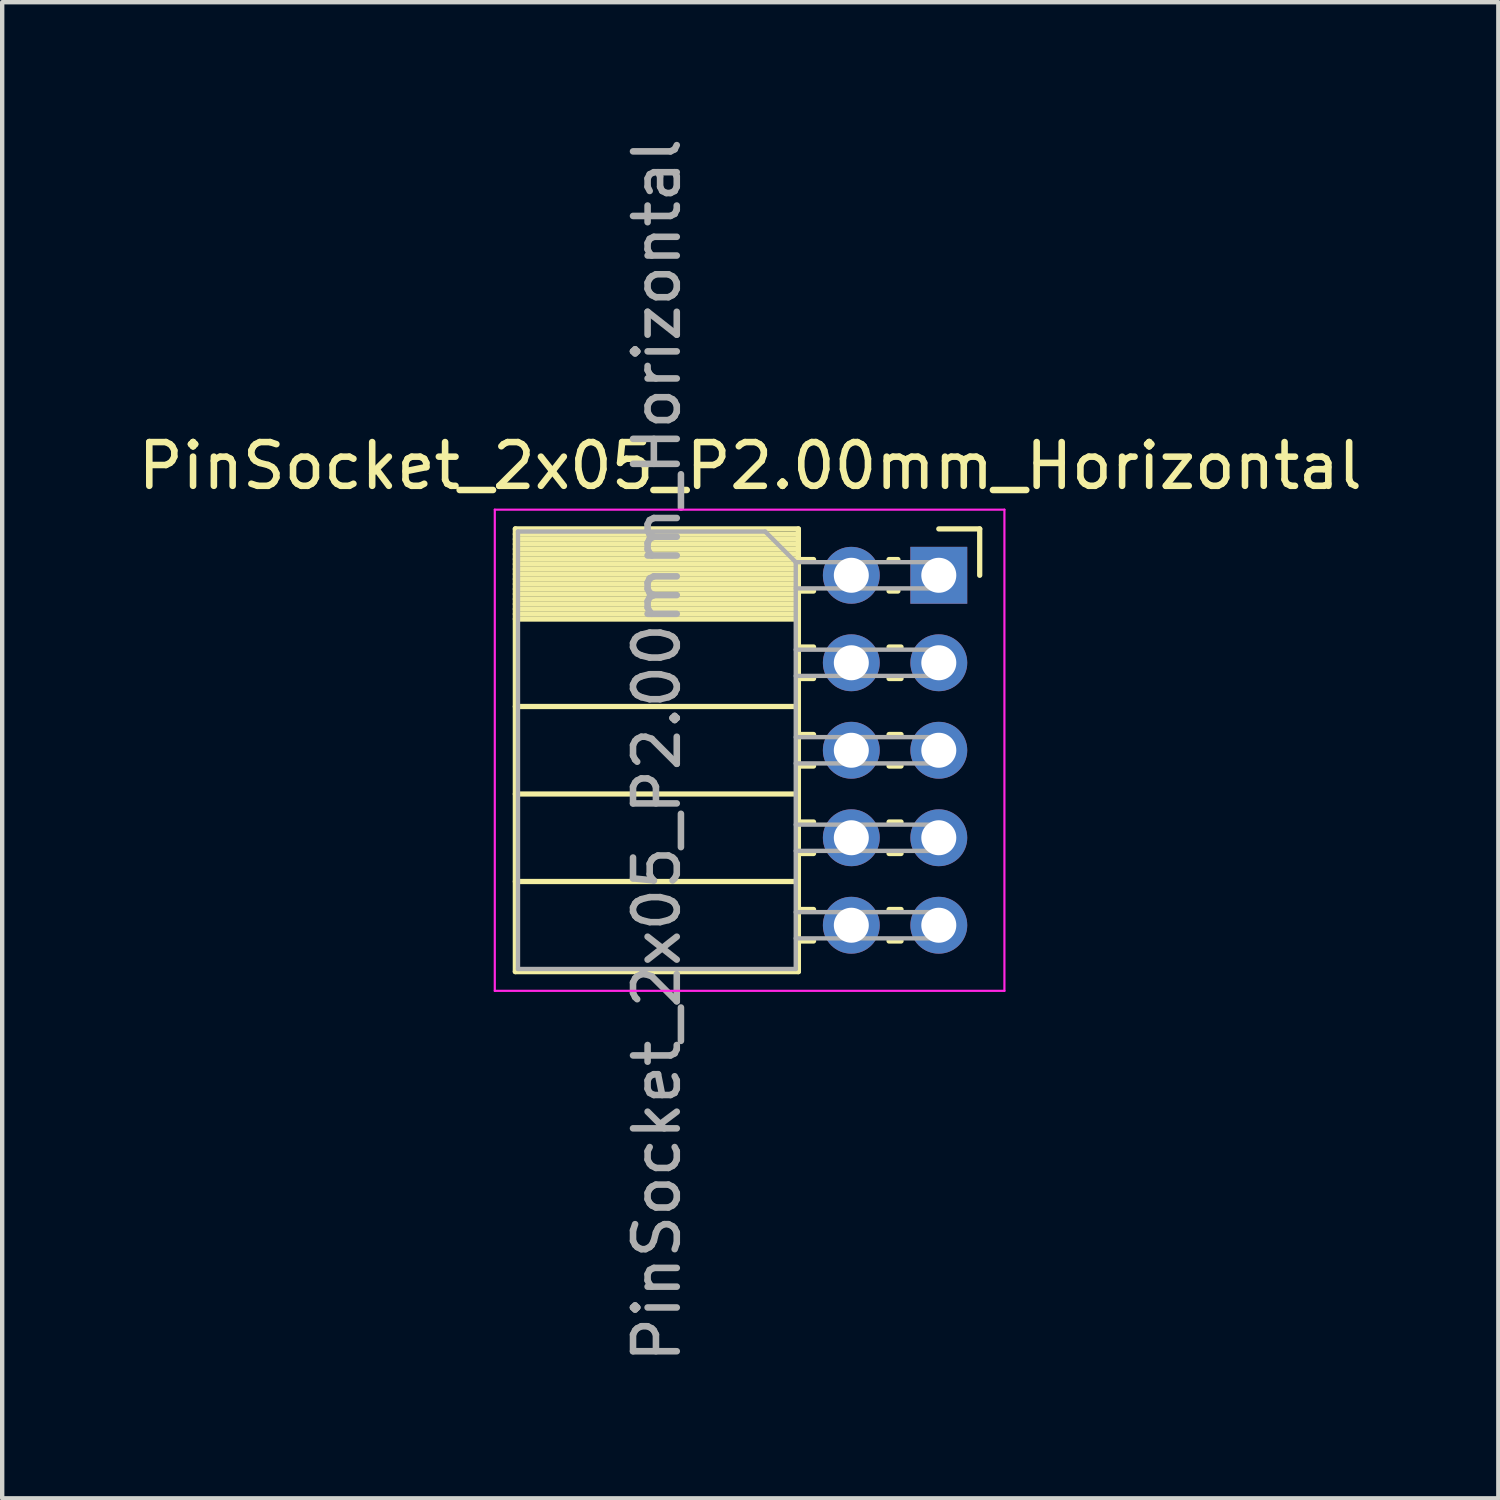
<source format=kicad_pcb>
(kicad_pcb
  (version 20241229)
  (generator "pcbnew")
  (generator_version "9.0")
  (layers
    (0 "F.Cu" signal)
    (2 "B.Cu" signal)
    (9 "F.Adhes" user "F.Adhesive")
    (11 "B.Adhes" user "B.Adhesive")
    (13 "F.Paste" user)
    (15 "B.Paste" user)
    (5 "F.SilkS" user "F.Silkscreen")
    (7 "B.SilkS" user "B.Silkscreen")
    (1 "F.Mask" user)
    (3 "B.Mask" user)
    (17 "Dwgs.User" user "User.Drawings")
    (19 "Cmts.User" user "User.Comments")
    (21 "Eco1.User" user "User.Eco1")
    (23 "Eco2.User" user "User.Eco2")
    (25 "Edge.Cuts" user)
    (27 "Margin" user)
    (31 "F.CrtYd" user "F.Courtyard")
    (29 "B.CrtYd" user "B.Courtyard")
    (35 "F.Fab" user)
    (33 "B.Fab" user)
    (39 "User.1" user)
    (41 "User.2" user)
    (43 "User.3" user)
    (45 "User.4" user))
  (footprint "PinSocket_2x05_P2.00mm_Horizontal"
    (layer "F.Cu")
    (at 18.411 10.101)
    (property "Reference" "PinSocket_2x05_P2.00mm_Horizontal" (at -4.31 -2.5 0) (layer "F.SilkS") (effects (font (size 1 1) (thickness 0.15))))
    (attr through_hole)
    (fp_line (start -9.68 -1.06) (end -9.68 9.06) (stroke (width 0.12) (type solid)) (layer "F.SilkS"))
    (fp_line (start -9.68 -1.06) (end -3.21 -1.06) (stroke (width 0.12) (type solid)) (layer "F.SilkS"))
    (fp_line (start -9.68 -0.94) (end -3.21 -0.94) (stroke (width 0.12) (type solid)) (layer "F.SilkS"))
    (fp_line (start -9.68 -0.826) (end -3.21 -0.826) (stroke (width 0.12) (type solid)) (layer "F.SilkS"))
    (fp_line (start -9.68 -0.712) (end -3.21 -0.712) (stroke (width 0.12) (type solid)) (layer "F.SilkS"))
    (fp_line (start -9.68 -0.598) (end -3.21 -0.598) (stroke (width 0.12) (type solid)) (layer "F.SilkS"))
    (fp_line (start -9.68 -0.484) (end -3.21 -0.484) (stroke (width 0.12) (type solid)) (layer "F.SilkS"))
    (fp_line (start -9.68 -0.369) (end -3.21 -0.369) (stroke (width 0.12) (type solid)) (layer "F.SilkS"))
    (fp_line (start -9.68 -0.255) (end -3.21 -0.255) (stroke (width 0.12) (type solid)) (layer "F.SilkS"))
    (fp_line (start -9.68 -0.141) (end -3.21 -0.141) (stroke (width 0.12) (type solid)) (layer "F.SilkS"))
    (fp_line (start -9.68 -0.027) (end -3.21 -0.027) (stroke (width 0.12) (type solid)) (layer "F.SilkS"))
    (fp_line (start -9.68 0.087) (end -3.21 0.087) (stroke (width 0.12) (type solid)) (layer "F.SilkS"))
    (fp_line (start -9.68 0.201) (end -3.21 0.201) (stroke (width 0.12) (type solid)) (layer "F.SilkS"))
    (fp_line (start -9.68 0.315) (end -3.21 0.315) (stroke (width 0.12) (type solid)) (layer "F.SilkS"))
    (fp_line (start -9.68 0.429) (end -3.21 0.429) (stroke (width 0.12) (type solid)) (layer "F.SilkS"))
    (fp_line (start -9.68 0.544) (end -3.21 0.544) (stroke (width 0.12) (type solid)) (layer "F.SilkS"))
    (fp_line (start -9.68 0.658) (end -3.21 0.658) (stroke (width 0.12) (type solid)) (layer "F.SilkS"))
    (fp_line (start -9.68 0.772) (end -3.21 0.772) (stroke (width 0.12) (type solid)) (layer "F.SilkS"))
    (fp_line (start -9.68 0.886) (end -3.21 0.886) (stroke (width 0.12) (type solid)) (layer "F.SilkS"))
    (fp_line (start -9.68 1) (end -3.21 1) (stroke (width 0.12) (type solid)) (layer "F.SilkS"))
    (fp_line (start -9.68 3) (end -3.21 3) (stroke (width 0.12) (type solid)) (layer "F.SilkS"))
    (fp_line (start -9.68 5) (end -3.21 5) (stroke (width 0.12) (type solid)) (layer "F.SilkS"))
    (fp_line (start -9.68 7) (end -3.21 7) (stroke (width 0.12) (type solid)) (layer "F.SilkS"))
    (fp_line (start -9.68 9.06) (end -3.21 9.06) (stroke (width 0.12) (type solid)) (layer "F.SilkS"))
    (fp_line (start -3.21 -1.06) (end -3.21 9.06) (stroke (width 0.12) (type solid)) (layer "F.SilkS"))
    (fp_line (start -3.21 -0.36) (end -2.863 -0.36) (stroke (width 0.12) (type solid)) (layer "F.SilkS"))
    (fp_line (start -3.21 0.36) (end -2.863 0.36) (stroke (width 0.12) (type solid)) (layer "F.SilkS"))
    (fp_line (start -3.21 1.64) (end -2.863 1.64) (stroke (width 0.12) (type solid)) (layer "F.SilkS"))
    (fp_line (start -3.21 2.36) (end -2.863 2.36) (stroke (width 0.12) (type solid)) (layer "F.SilkS"))
    (fp_line (start -3.21 3.64) (end -2.863 3.64) (stroke (width 0.12) (type solid)) (layer "F.SilkS"))
    (fp_line (start -3.21 4.36) (end -2.863 4.36) (stroke (width 0.12) (type solid)) (layer "F.SilkS"))
    (fp_line (start -3.21 5.64) (end -2.863 5.64) (stroke (width 0.12) (type solid)) (layer "F.SilkS"))
    (fp_line (start -3.21 6.36) (end -2.863 6.36) (stroke (width 0.12) (type solid)) (layer "F.SilkS"))
    (fp_line (start -3.21 7.64) (end -2.863 7.64) (stroke (width 0.12) (type solid)) (layer "F.SilkS"))
    (fp_line (start -3.21 8.36) (end -2.863 8.36) (stroke (width 0.12) (type solid)) (layer "F.SilkS"))
    (fp_line (start -1.137 -0.36) (end -0.935 -0.36) (stroke (width 0.12) (type solid)) (layer "F.SilkS"))
    (fp_line (start -1.137 0.36) (end -0.935 0.36) (stroke (width 0.12) (type solid)) (layer "F.SilkS"))
    (fp_line (start -1.137 1.64) (end -0.863 1.64) (stroke (width 0.12) (type solid)) (layer "F.SilkS"))
    (fp_line (start -1.137 2.36) (end -0.863 2.36) (stroke (width 0.12) (type solid)) (layer "F.SilkS"))
    (fp_line (start -1.137 3.64) (end -0.863 3.64) (stroke (width 0.12) (type solid)) (layer "F.SilkS"))
    (fp_line (start -1.137 4.36) (end -0.863 4.36) (stroke (width 0.12) (type solid)) (layer "F.SilkS"))
    (fp_line (start -1.137 5.64) (end -0.863 5.64) (stroke (width 0.12) (type solid)) (layer "F.SilkS"))
    (fp_line (start -1.137 6.36) (end -0.863 6.36) (stroke (width 0.12) (type solid)) (layer "F.SilkS"))
    (fp_line (start -1.137 7.64) (end -0.863 7.64) (stroke (width 0.12) (type solid)) (layer "F.SilkS"))
    (fp_line (start -1.137 8.36) (end -0.863 8.36) (stroke (width 0.12) (type solid)) (layer "F.SilkS"))
    (fp_line (start 0 -1.06) (end 0.935 -1.06) (stroke (width 0.12) (type solid)) (layer "F.SilkS"))
    (fp_line (start 0.935 -1.06) (end 0.935 0) (stroke (width 0.12) (type solid)) (layer "F.SilkS"))
    (fp_line (start -10.15 -1.5) (end -10.15 9.5) (stroke (width 0.05) (type solid)) (layer "F.CrtYd"))
    (fp_line (start -10.15 9.5) (end 1.5 9.5) (stroke (width 0.05) (type solid)) (layer "F.CrtYd"))
    (fp_line (start 1.5 -1.5) (end -10.15 -1.5) (stroke (width 0.05) (type solid)) (layer "F.CrtYd"))
    (fp_line (start 1.5 9.5) (end 1.5 -1.5) (stroke (width 0.05) (type solid)) (layer "F.CrtYd"))
    (fp_line (start -9.62 -1) (end -3.97 -1) (stroke (width 0.1) (type solid)) (layer "F.Fab"))
    (fp_line (start -9.62 9) (end -9.62 -1) (stroke (width 0.1) (type solid)) (layer "F.Fab"))
    (fp_line (start -3.97 -1) (end -3.27 -0.3) (stroke (width 0.1) (type solid)) (layer "F.Fab"))
    (fp_line (start -3.27 -0.3) (end -3.27 9) (stroke (width 0.1) (type solid)) (layer "F.Fab"))
    (fp_line (start -3.27 0.3) (end 0 0.3) (stroke (width 0.1) (type solid)) (layer "F.Fab"))
    (fp_line (start -3.27 2.3) (end 0 2.3) (stroke (width 0.1) (type solid)) (layer "F.Fab"))
    (fp_line (start -3.27 4.3) (end 0 4.3) (stroke (width 0.1) (type solid)) (layer "F.Fab"))
    (fp_line (start -3.27 6.3) (end 0 6.3) (stroke (width 0.1) (type solid)) (layer "F.Fab"))
    (fp_line (start -3.27 8.3) (end 0 8.3) (stroke (width 0.1) (type solid)) (layer "F.Fab"))
    (fp_line (start -3.27 9) (end -9.62 9) (stroke (width 0.1) (type solid)) (layer "F.Fab"))
    (fp_line (start 0 -0.3) (end -3.27 -0.3) (stroke (width 0.1) (type solid)) (layer "F.Fab"))
    (fp_line (start 0 0.3) (end 0 -0.3) (stroke (width 0.1) (type solid)) (layer "F.Fab"))
    (fp_line (start 0 1.7) (end -3.27 1.7) (stroke (width 0.1) (type solid)) (layer "F.Fab"))
    (fp_line (start 0 2.3) (end 0 1.7) (stroke (width 0.1) (type solid)) (layer "F.Fab"))
    (fp_line (start 0 3.7) (end -3.27 3.7) (stroke (width 0.1) (type solid)) (layer "F.Fab"))
    (fp_line (start 0 4.3) (end 0 3.7) (stroke (width 0.1) (type solid)) (layer "F.Fab"))
    (fp_line (start 0 5.7) (end -3.27 5.7) (stroke (width 0.1) (type solid)) (layer "F.Fab"))
    (fp_line (start 0 6.3) (end 0 5.7) (stroke (width 0.1) (type solid)) (layer "F.Fab"))
    (fp_line (start 0 7.7) (end -3.27 7.7) (stroke (width 0.1) (type solid)) (layer "F.Fab"))
    (fp_line (start 0 8.3) (end 0 7.7) (stroke (width 0.1) (type solid)) (layer "F.Fab"))
    (fp_text user "${REFERENCE}" (at -6.445 4 90) (layer "F.Fab") (effects (font (size 1 1) (thickness 0.15))))
    (pad "1" thru_hole rect (at 0 0) (size 1.3 1.3) (drill 0.8) (layers "*.Cu" "*.Mask"))
    (pad "2" thru_hole oval (at -2 0) (size 1.3 1.3) (drill 0.8) (layers "*.Cu" "*.Mask"))
    (pad "3" thru_hole circle (at 0 2) (size 1.3 1.3) (drill 0.8) (layers "*.Cu" "*.Mask"))
    (pad "4" thru_hole oval (at -2 2) (size 1.3 1.3) (drill 0.8) (layers "*.Cu" "*.Mask"))
    (pad "5" thru_hole circle (at 0 4) (size 1.3 1.3) (drill 0.8) (layers "*.Cu" "*.Mask"))
    (pad "6" thru_hole oval (at -2 4) (size 1.3 1.3) (drill 0.8) (layers "*.Cu" "*.Mask"))
    (pad "7" thru_hole circle (at 0 6) (size 1.3 1.3) (drill 0.8) (layers "*.Cu" "*.Mask"))
    (pad "8" thru_hole oval (at -2 6) (size 1.3 1.3) (drill 0.8) (layers "*.Cu" "*.Mask"))
    (pad "9" thru_hole circle (at 0 8) (size 1.3 1.3) (drill 0.8) (layers "*.Cu" "*.Mask"))
    (pad "10" thru_hole oval (at -2 8) (size 1.3 1.3) (drill 0.8) (layers "*.Cu" "*.Mask")))
  (gr_rect
    (start -3 -3)
    (end 31.202 31.202)
    (stroke (width 0.1) (type default))
    (fill no)
    (layer "Edge.Cuts")))
</source>
